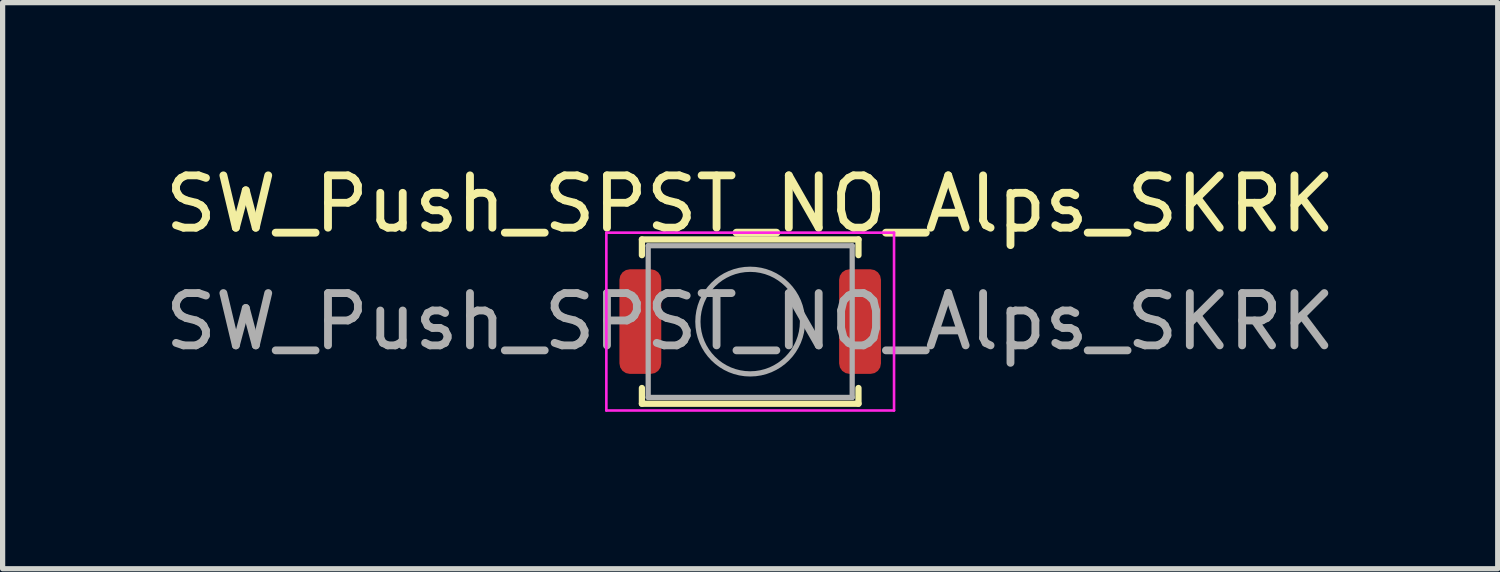
<source format=kicad_pcb>
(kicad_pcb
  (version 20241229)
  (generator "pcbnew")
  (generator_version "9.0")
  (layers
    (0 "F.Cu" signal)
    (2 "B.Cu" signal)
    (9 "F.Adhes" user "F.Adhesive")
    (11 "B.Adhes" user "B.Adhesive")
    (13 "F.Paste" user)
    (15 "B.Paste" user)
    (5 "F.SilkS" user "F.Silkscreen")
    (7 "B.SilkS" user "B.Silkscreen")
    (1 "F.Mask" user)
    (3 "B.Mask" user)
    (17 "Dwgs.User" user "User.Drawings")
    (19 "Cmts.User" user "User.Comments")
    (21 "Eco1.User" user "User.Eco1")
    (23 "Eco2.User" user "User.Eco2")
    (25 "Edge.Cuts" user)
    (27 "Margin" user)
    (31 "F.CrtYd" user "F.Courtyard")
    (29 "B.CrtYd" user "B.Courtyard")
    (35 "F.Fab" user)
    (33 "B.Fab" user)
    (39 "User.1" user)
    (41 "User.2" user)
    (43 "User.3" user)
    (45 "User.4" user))
  (footprint "SW_Push_SPST_NO_Alps_SKRK"
    (layer "F.Cu")
    (at 11.292 3.098)
    (property "Reference" "SW_Push_SPST_NO_Alps_SKRK" (at 0 -2.25 0) (layer "F.SilkS") (effects (font (size 1 1) (thickness 0.15))))
    (attr smd)
    (fp_line (start -2.07 -1.57) (end 2.07 -1.57) (stroke (width 0.12) (type solid)) (layer "F.SilkS"))
    (fp_line (start -2.07 -1.27) (end -2.07 -1.57) (stroke (width 0.12) (type solid)) (layer "F.SilkS"))
    (fp_line (start -2.07 1.57) (end -2.07 1.27) (stroke (width 0.12) (type solid)) (layer "F.SilkS"))
    (fp_line (start 2.07 -1.57) (end 2.07 -1.27) (stroke (width 0.12) (type solid)) (layer "F.SilkS"))
    (fp_line (start 2.07 1.27) (end 2.07 1.57) (stroke (width 0.12) (type solid)) (layer "F.SilkS"))
    (fp_line (start 2.07 1.57) (end -2.07 1.57) (stroke (width 0.12) (type solid)) (layer "F.SilkS"))
    (fp_line (start -2.75 -1.7) (end 2.75 -1.7) (stroke (width 0.05) (type solid)) (layer "F.CrtYd"))
    (fp_line (start -2.75 1.7) (end -2.75 -1.7) (stroke (width 0.05) (type solid)) (layer "F.CrtYd"))
    (fp_line (start 2.75 -1.7) (end 2.75 1.7) (stroke (width 0.05) (type solid)) (layer "F.CrtYd"))
    (fp_line (start 2.75 1.7) (end -2.75 1.7) (stroke (width 0.05) (type solid)) (layer "F.CrtYd"))
    (fp_line (start -1.95 -1.45) (end 1.95 -1.45) (stroke (width 0.1) (type solid)) (layer "F.Fab"))
    (fp_line (start -1.95 1.45) (end -1.95 -1.45) (stroke (width 0.1) (type solid)) (layer "F.Fab"))
    (fp_line (start 1.95 -1.45) (end 1.95 1.45) (stroke (width 0.1) (type solid)) (layer "F.Fab"))
    (fp_line (start 1.95 1.45) (end -1.95 1.45) (stroke (width 0.1) (type solid)) (layer "F.Fab"))
    (fp_circle (center 0 0) (end 1 0) (stroke (width 0.1) (type solid)) (fill no) (layer "F.Fab"))
    (fp_text user "${REFERENCE}" (at 0 0 0) (layer "F.Fab") (effects (font (size 1 1) (thickness 0.15))))
    (pad "1" smd roundrect (at -2.1 0) (size 0.8 2) (layers "F.Cu" "F.Mask" "F.Paste") (roundrect_rratio 0.25))
    (pad "2" smd roundrect (at 2.1 0) (size 0.8 2) (layers "F.Cu" "F.Mask" "F.Paste") (roundrect_rratio 0.25)))
  (gr_rect
    (start -3 -3)
    (end 25.583 7.823)
    (stroke (width 0.1) (type default))
    (fill no)
    (layer "Edge.Cuts")))
</source>
